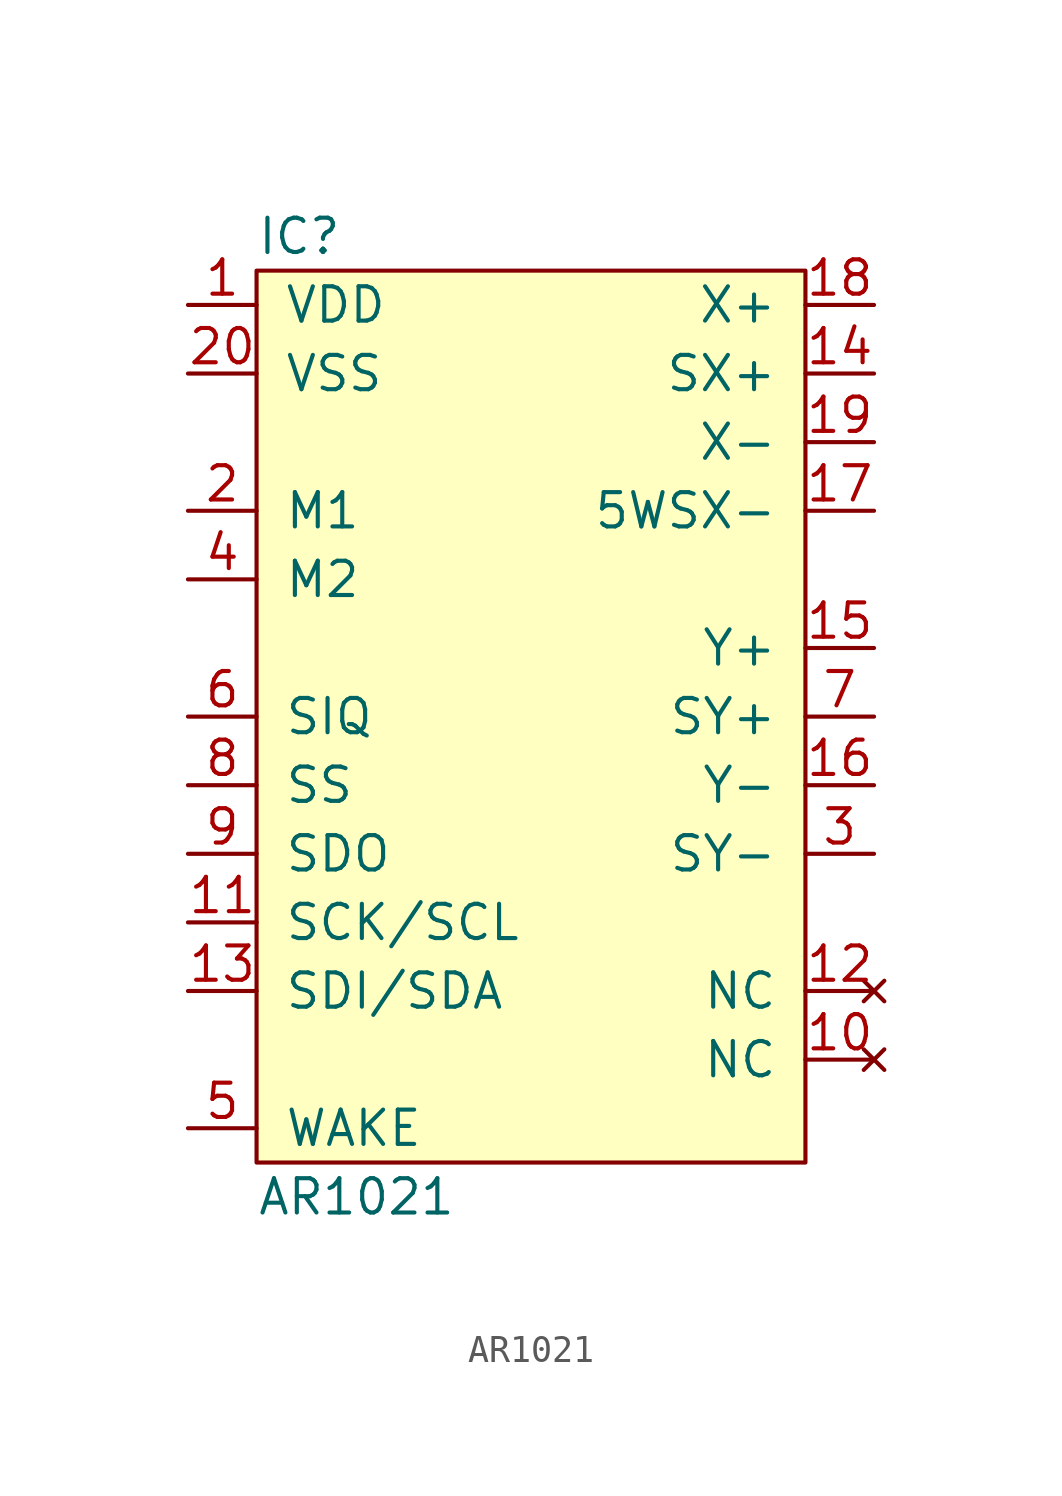
<source format=kicad_sym>
(kicad_symbol_lib
  (version 20211014)
  (generator agg_kicad.build_lib_ic)
  (symbol "AR1021"
    (pin_names
      (offset 1.016))
    (property Reference IC
      (at -10.16 17.78 0)
      (effects (font (size 1.27 1.27)) (justify left)))
    (property Value "AR1021"
      (at -10.16 -17.78 0)
      (effects (font (size 1.27 1.27)) (justify left)))
    (symbol "AR1021_0_0"
      (rectangle (start -10.16 16.51) (end 10.16 -16.51) (stroke (width 0) (type default) (color 0 0 0 0)) (fill (type background)))
      (pin power_in line (at -12.7 15.24 0) (length 2.54) (name VDD (effects (font (size 1.27 1.27)))) (number "1" (effects (font (size 1.27 1.27)))))
      (pin power_in line (at -12.7 12.7 0) (length 2.54) (name VSS (effects (font (size 1.27 1.27)))) (number "20" (effects (font (size 1.27 1.27)))))
      (pin input line (at -12.7 7.62 0) (length 2.54) (name "M1" (effects (font (size 1.27 1.27)))) (number "2" (effects (font (size 1.27 1.27)))))
      (pin input line (at -12.7 5.08 0) (length 2.54) (name "M2" (effects (font (size 1.27 1.27)))) (number "4" (effects (font (size 1.27 1.27)))))
      (pin output line (at -12.7 0 0) (length 2.54) (name SIQ (effects (font (size 1.27 1.27)))) (number "6" (effects (font (size 1.27 1.27)))))
      (pin input line (at -12.7 -2.54 0) (length 2.54) (name SS (effects (font (size 1.27 1.27)))) (number "8" (effects (font (size 1.27 1.27)))))
      (pin tri_state line (at -12.7 -5.08 0) (length 2.54) (name SDO (effects (font (size 1.27 1.27)))) (number "9" (effects (font (size 1.27 1.27)))))
      (pin input line (at -12.7 -7.62 0) (length 2.54) (name "SCK/SCL" (effects (font (size 1.27 1.27)))) (number "11" (effects (font (size 1.27 1.27)))))
      (pin bidirectional line (at -12.7 -10.16 0) (length 2.54) (name "SDI/SDA" (effects (font (size 1.27 1.27)))) (number "13" (effects (font (size 1.27 1.27)))))
      (pin output line (at -12.7 -15.24 0) (length 2.54) (name WAKE (effects (font (size 1.27 1.27)))) (number "5" (effects (font (size 1.27 1.27)))))
      (pin output line (at 12.7 15.24 180) (length 2.54) (name "X+" (effects (font (size 1.27 1.27)))) (number "18" (effects (font (size 1.27 1.27)))))
      (pin input line (at 12.7 12.7 180) (length 2.54) (name "SX+" (effects (font (size 1.27 1.27)))) (number "14" (effects (font (size 1.27 1.27)))))
      (pin output line (at 12.7 10.16 180) (length 2.54) (name "X-" (effects (font (size 1.27 1.27)))) (number "19" (effects (font (size 1.27 1.27)))))
      (pin input line (at 12.7 7.62 180) (length 2.54) (name "5WSX-" (effects (font (size 1.27 1.27)))) (number "17" (effects (font (size 1.27 1.27)))))
      (pin output line (at 12.7 2.54 180) (length 2.54) (name "Y+" (effects (font (size 1.27 1.27)))) (number "15" (effects (font (size 1.27 1.27)))))
      (pin input line (at 12.7 0 180) (length 2.54) (name "SY+" (effects (font (size 1.27 1.27)))) (number "7" (effects (font (size 1.27 1.27)))))
      (pin output line (at 12.7 -2.54 180) (length 2.54) (name "Y-" (effects (font (size 1.27 1.27)))) (number "16" (effects (font (size 1.27 1.27)))))
      (pin input line (at 12.7 -5.08 180) (length 2.54) (name "SY-" (effects (font (size 1.27 1.27)))) (number "3" (effects (font (size 1.27 1.27)))))
      (pin no_connect line (at 12.7 -10.16 180) (length 2.54) (name NC (effects (font (size 1.27 1.27)))) (number "12" (effects (font (size 1.27 1.27)))))
      (pin no_connect line (at 12.7 -12.7 180) (length 2.54) (name NC (effects (font (size 1.27 1.27)))) (number "10" (effects (font (size 1.27 1.27))))))))
</source>
